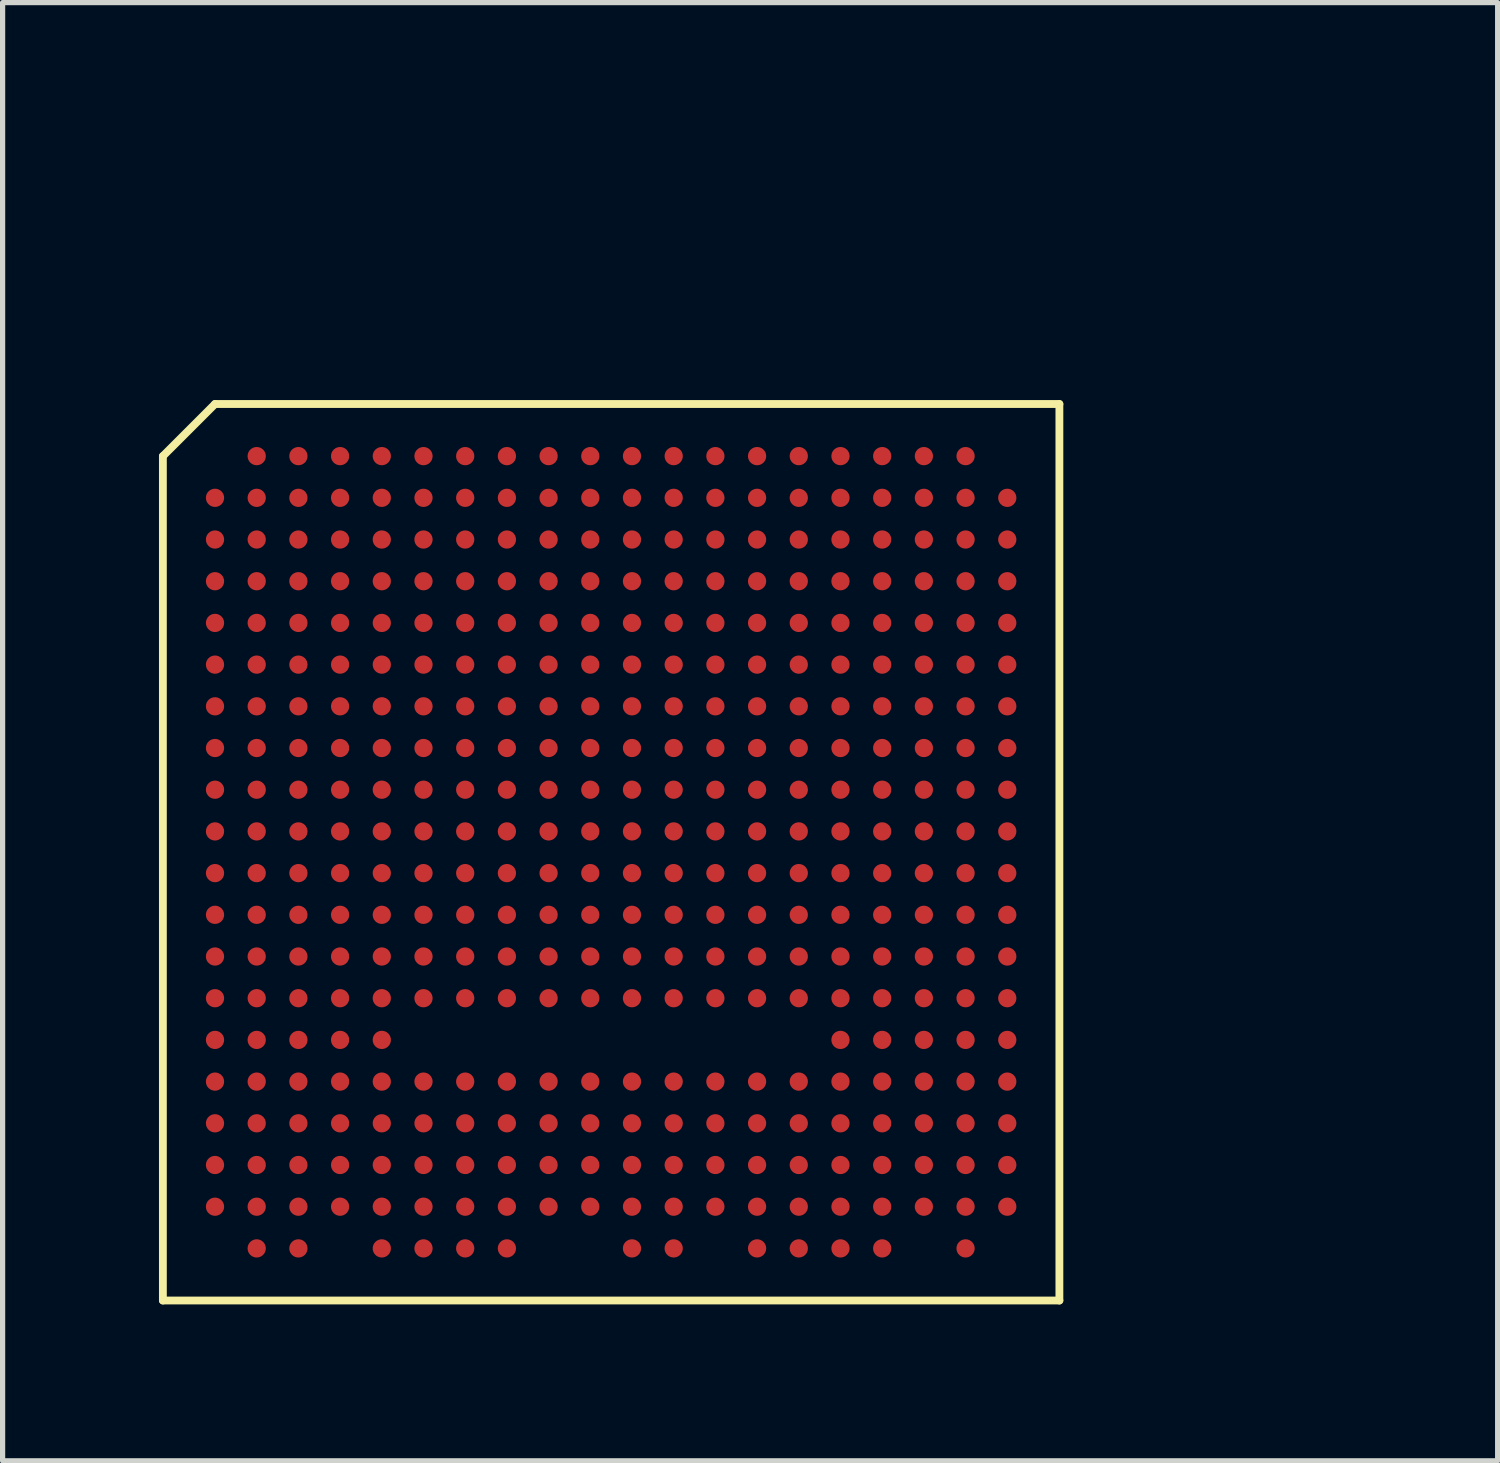
<source format=kicad_pcb>
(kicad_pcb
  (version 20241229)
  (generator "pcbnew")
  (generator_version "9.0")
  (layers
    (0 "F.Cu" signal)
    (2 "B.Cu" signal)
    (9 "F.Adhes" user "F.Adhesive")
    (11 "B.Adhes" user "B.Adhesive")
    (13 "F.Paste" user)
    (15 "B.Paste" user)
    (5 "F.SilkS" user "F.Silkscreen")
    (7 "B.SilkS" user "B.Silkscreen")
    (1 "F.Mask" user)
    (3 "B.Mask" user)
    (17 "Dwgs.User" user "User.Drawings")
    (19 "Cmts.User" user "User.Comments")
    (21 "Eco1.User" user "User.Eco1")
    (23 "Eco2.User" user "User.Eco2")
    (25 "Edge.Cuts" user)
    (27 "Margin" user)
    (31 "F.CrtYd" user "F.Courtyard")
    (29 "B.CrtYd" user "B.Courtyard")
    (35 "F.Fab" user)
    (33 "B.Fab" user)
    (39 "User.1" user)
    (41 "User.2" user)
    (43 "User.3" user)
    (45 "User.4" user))
  (footprint "caBGA_381_17x17"
    (layer "F.Cu")
    (at 8.675 13.301)
    (property "Reference" "caBGA_381_17x17" (at 0 -13.3 0) (layer "F.SilkS") (effects (font (size 0.001 0.001) (thickness 0.15))))
    (attr through_hole)
    (fp_line (start -8.6 8.6) (end -8.6 -7.6) (stroke (width 0.15) (type solid)) (layer "F.SilkS"))
    (fp_line (start -7.6 -8.6) (end -8.6 -7.6) (stroke (width 0.15) (type solid)) (layer "F.SilkS"))
    (fp_line (start -7.6 -8.6) (end 8.6 -8.6) (stroke (width 0.15) (type solid)) (layer "F.SilkS"))
    (fp_line (start 8.6 -8.6) (end 8.6 8.6) (stroke (width 0.15) (type solid)) (layer "F.SilkS"))
    (fp_line (start 8.6 8.6) (end -8.6 8.6) (stroke (width 0.15) (type solid)) (layer "F.SilkS"))
    (fp_text user "Square (0.12 x 0.33)" (at 14 -2.6 0) (layer "Cmts.User") (effects (font (size 0.001 0.001) (thickness 0.15))))
    (fp_text user "Circle (Dia 0.23)" (at 6.4 -8.2 0) (layer "Cmts.User") (effects (font (size 0.001 0.001) (thickness 0.15))))
    (pad "A2" smd circle (at -6.8 -7.6 90) (size 0.35 0.35) (layers "F.Cu" "F.Mask" "F.Paste"))
    (pad "A3" smd circle (at -6 -7.6 90) (size 0.35 0.35) (layers "F.Cu" "F.Mask" "F.Paste"))
    (pad "A4" smd circle (at -5.2 -7.6 90) (size 0.35 0.35) (layers "F.Cu" "F.Mask" "F.Paste"))
    (pad "A5" smd circle (at -4.4 -7.6 90) (size 0.35 0.35) (layers "F.Cu" "F.Mask" "F.Paste"))
    (pad "A6" smd circle (at -3.6 -7.6 90) (size 0.35 0.35) (layers "F.Cu" "F.Mask" "F.Paste"))
    (pad "A7" smd circle (at -2.8 -7.6 90) (size 0.35 0.35) (layers "F.Cu" "F.Mask" "F.Paste"))
    (pad "A8" smd circle (at -2 -7.6 90) (size 0.35 0.35) (layers "F.Cu" "F.Mask" "F.Paste"))
    (pad "A9" smd circle (at -1.2 -7.6 90) (size 0.35 0.35) (layers "F.Cu" "F.Mask" "F.Paste"))
    (pad "A10" smd circle (at -0.4 -7.6 90) (size 0.35 0.35) (layers "F.Cu" "F.Mask" "F.Paste"))
    (pad "A11" smd circle (at 0.4 -7.6 90) (size 0.35 0.35) (layers "F.Cu" "F.Mask" "F.Paste"))
    (pad "A12" smd circle (at 1.2 -7.6 90) (size 0.35 0.35) (layers "F.Cu" "F.Mask" "F.Paste"))
    (pad "A13" smd circle (at 2 -7.6 90) (size 0.35 0.35) (layers "F.Cu" "F.Mask" "F.Paste"))
    (pad "A14" smd circle (at 2.8 -7.6 90) (size 0.35 0.35) (layers "F.Cu" "F.Mask" "F.Paste"))
    (pad "A15" smd circle (at 3.6 -7.6 90) (size 0.35 0.35) (layers "F.Cu" "F.Mask" "F.Paste"))
    (pad "A16" smd circle (at 4.4 -7.6 90) (size 0.35 0.35) (layers "F.Cu" "F.Mask" "F.Paste"))
    (pad "A17" smd circle (at 5.2 -7.6 90) (size 0.35 0.35) (layers "F.Cu" "F.Mask" "F.Paste"))
    (pad "A18" smd circle (at 6 -7.6 90) (size 0.35 0.35) (layers "F.Cu" "F.Mask" "F.Paste"))
    (pad "A19" smd circle (at 6.8 -7.6 90) (size 0.35 0.35) (layers "F.Cu" "F.Mask" "F.Paste"))
    (pad "B1" smd circle (at -7.6 -6.8 90) (size 0.35 0.35) (layers "F.Cu" "F.Mask" "F.Paste"))
    (pad "B2" smd circle (at -6.8 -6.8 90) (size 0.35 0.35) (layers "F.Cu" "F.Mask" "F.Paste"))
    (pad "B3" smd circle (at -6 -6.8 90) (size 0.35 0.35) (layers "F.Cu" "F.Mask" "F.Paste"))
    (pad "B4" smd circle (at -5.2 -6.8 90) (size 0.35 0.35) (layers "F.Cu" "F.Mask" "F.Paste"))
    (pad "B5" smd circle (at -4.4 -6.8 90) (size 0.35 0.35) (layers "F.Cu" "F.Mask" "F.Paste"))
    (pad "B6" smd circle (at -3.6 -6.8 90) (size 0.35 0.35) (layers "F.Cu" "F.Mask" "F.Paste"))
    (pad "B7" smd circle (at -2.8 -6.8 90) (size 0.35 0.35) (layers "F.Cu" "F.Mask" "F.Paste"))
    (pad "B8" smd circle (at -2 -6.8 90) (size 0.35 0.35) (layers "F.Cu" "F.Mask" "F.Paste"))
    (pad "B9" smd circle (at -1.2 -6.8 90) (size 0.35 0.35) (layers "F.Cu" "F.Mask" "F.Paste"))
    (pad "B10" smd circle (at -0.4 -6.8 90) (size 0.35 0.35) (layers "F.Cu" "F.Mask" "F.Paste"))
    (pad "B11" smd circle (at 0.4 -6.8 90) (size 0.35 0.35) (layers "F.Cu" "F.Mask" "F.Paste"))
    (pad "B12" smd circle (at 1.2 -6.8 90) (size 0.35 0.35) (layers "F.Cu" "F.Mask" "F.Paste"))
    (pad "B13" smd circle (at 2 -6.8 90) (size 0.35 0.35) (layers "F.Cu" "F.Mask" "F.Paste"))
    (pad "B14" smd circle (at 2.8 -6.8 90) (size 0.35 0.35) (layers "F.Cu" "F.Mask" "F.Paste"))
    (pad "B15" smd circle (at 3.6 -6.8 90) (size 0.35 0.35) (layers "F.Cu" "F.Mask" "F.Paste"))
    (pad "B16" smd circle (at 4.4 -6.8 90) (size 0.35 0.35) (layers "F.Cu" "F.Mask" "F.Paste"))
    (pad "B17" smd circle (at 5.2 -6.8 90) (size 0.35 0.35) (layers "F.Cu" "F.Mask" "F.Paste"))
    (pad "B18" smd circle (at 6 -6.8 90) (size 0.35 0.35) (layers "F.Cu" "F.Mask" "F.Paste"))
    (pad "B19" smd circle (at 6.8 -6.8 90) (size 0.35 0.35) (layers "F.Cu" "F.Mask" "F.Paste"))
    (pad "B20" smd circle (at 7.6 -6.8 90) (size 0.35 0.35) (layers "F.Cu" "F.Mask" "F.Paste"))
    (pad "C1" smd circle (at -7.6 -6 90) (size 0.35 0.35) (layers "F.Cu" "F.Mask" "F.Paste"))
    (pad "C2" smd circle (at -6.8 -6 90) (size 0.35 0.35) (layers "F.Cu" "F.Mask" "F.Paste"))
    (pad "C3" smd circle (at -6 -6 90) (size 0.35 0.35) (layers "F.Cu" "F.Mask" "F.Paste"))
    (pad "C4" smd circle (at -5.2 -6 90) (size 0.35 0.35) (layers "F.Cu" "F.Mask" "F.Paste"))
    (pad "C5" smd circle (at -4.4 -6 90) (size 0.35 0.35) (layers "F.Cu" "F.Mask" "F.Paste"))
    (pad "C6" smd circle (at -3.6 -6 90) (size 0.35 0.35) (layers "F.Cu" "F.Mask" "F.Paste"))
    (pad "C7" smd circle (at -2.8 -6 90) (size 0.35 0.35) (layers "F.Cu" "F.Mask" "F.Paste"))
    (pad "C8" smd circle (at -2 -6 90) (size 0.35 0.35) (layers "F.Cu" "F.Mask" "F.Paste"))
    (pad "C9" smd circle (at -1.2 -6 90) (size 0.35 0.35) (layers "F.Cu" "F.Mask" "F.Paste"))
    (pad "C10" smd circle (at -0.4 -6 90) (size 0.35 0.35) (layers "F.Cu" "F.Mask" "F.Paste"))
    (pad "C11" smd circle (at 0.4 -6 90) (size 0.35 0.35) (layers "F.Cu" "F.Mask" "F.Paste"))
    (pad "C12" smd circle (at 1.2 -6 90) (size 0.35 0.35) (layers "F.Cu" "F.Mask" "F.Paste"))
    (pad "C13" smd circle (at 2 -6 90) (size 0.35 0.35) (layers "F.Cu" "F.Mask" "F.Paste"))
    (pad "C14" smd circle (at 2.8 -6 90) (size 0.35 0.35) (layers "F.Cu" "F.Mask" "F.Paste"))
    (pad "C15" smd circle (at 3.6 -6 90) (size 0.35 0.35) (layers "F.Cu" "F.Mask" "F.Paste"))
    (pad "C16" smd circle (at 4.4 -6 90) (size 0.35 0.35) (layers "F.Cu" "F.Mask" "F.Paste"))
    (pad "C17" smd circle (at 5.2 -6 90) (size 0.35 0.35) (layers "F.Cu" "F.Mask" "F.Paste"))
    (pad "C18" smd circle (at 6 -6 90) (size 0.35 0.35) (layers "F.Cu" "F.Mask" "F.Paste"))
    (pad "C19" smd circle (at 6.8 -6 90) (size 0.35 0.35) (layers "F.Cu" "F.Mask" "F.Paste"))
    (pad "C20" smd circle (at 7.6 -6 90) (size 0.35 0.35) (layers "F.Cu" "F.Mask" "F.Paste"))
    (pad "D1" smd circle (at -7.6 -5.2 90) (size 0.35 0.35) (layers "F.Cu" "F.Mask" "F.Paste"))
    (pad "D2" smd circle (at -6.8 -5.2 90) (size 0.35 0.35) (layers "F.Cu" "F.Mask" "F.Paste"))
    (pad "D3" smd circle (at -6 -5.2 90) (size 0.35 0.35) (layers "F.Cu" "F.Mask" "F.Paste"))
    (pad "D4" smd circle (at -5.2 -5.2 90) (size 0.35 0.35) (layers "F.Cu" "F.Mask" "F.Paste"))
    (pad "D5" smd circle (at -4.4 -5.2 90) (size 0.35 0.35) (layers "F.Cu" "F.Mask" "F.Paste"))
    (pad "D6" smd circle (at -3.6 -5.2 90) (size 0.35 0.35) (layers "F.Cu" "F.Mask" "F.Paste"))
    (pad "D7" smd circle (at -2.8 -5.2 90) (size 0.35 0.35) (layers "F.Cu" "F.Mask" "F.Paste"))
    (pad "D8" smd circle (at -2 -5.2 90) (size 0.35 0.35) (layers "F.Cu" "F.Mask" "F.Paste"))
    (pad "D9" smd circle (at -1.2 -5.2 90) (size 0.35 0.35) (layers "F.Cu" "F.Mask" "F.Paste"))
    (pad "D10" smd circle (at -0.4 -5.2 90) (size 0.35 0.35) (layers "F.Cu" "F.Mask" "F.Paste"))
    (pad "D11" smd circle (at 0.4 -5.2 90) (size 0.35 0.35) (layers "F.Cu" "F.Mask" "F.Paste"))
    (pad "D12" smd circle (at 1.2 -5.2 90) (size 0.35 0.35) (layers "F.Cu" "F.Mask" "F.Paste"))
    (pad "D13" smd circle (at 2 -5.2 90) (size 0.35 0.35) (layers "F.Cu" "F.Mask" "F.Paste"))
    (pad "D14" smd circle (at 2.8 -5.2 90) (size 0.35 0.35) (layers "F.Cu" "F.Mask" "F.Paste"))
    (pad "D15" smd circle (at 3.6 -5.2 90) (size 0.35 0.35) (layers "F.Cu" "F.Mask" "F.Paste"))
    (pad "D16" smd circle (at 4.4 -5.2 90) (size 0.35 0.35) (layers "F.Cu" "F.Mask" "F.Paste"))
    (pad "D17" smd circle (at 5.2 -5.2 90) (size 0.35 0.35) (layers "F.Cu" "F.Mask" "F.Paste"))
    (pad "D18" smd circle (at 6 -5.2 90) (size 0.35 0.35) (layers "F.Cu" "F.Mask" "F.Paste"))
    (pad "D19" smd circle (at 6.8 -5.2 90) (size 0.35 0.35) (layers "F.Cu" "F.Mask" "F.Paste"))
    (pad "D20" smd circle (at 7.6 -5.2 90) (size 0.35 0.35) (layers "F.Cu" "F.Mask" "F.Paste"))
    (pad "E1" smd circle (at -7.6 -4.4 90) (size 0.35 0.35) (layers "F.Cu" "F.Mask" "F.Paste"))
    (pad "E2" smd circle (at -6.8 -4.4 90) (size 0.35 0.35) (layers "F.Cu" "F.Mask" "F.Paste"))
    (pad "E3" smd circle (at -6 -4.4 90) (size 0.35 0.35) (layers "F.Cu" "F.Mask" "F.Paste"))
    (pad "E4" smd circle (at -5.2 -4.4 90) (size 0.35 0.35) (layers "F.Cu" "F.Mask" "F.Paste"))
    (pad "E5" smd circle (at -4.4 -4.4 90) (size 0.35 0.35) (layers "F.Cu" "F.Mask" "F.Paste"))
    (pad "E6" smd circle (at -3.6 -4.4 90) (size 0.35 0.35) (layers "F.Cu" "F.Mask" "F.Paste"))
    (pad "E7" smd circle (at -2.8 -4.4 90) (size 0.35 0.35) (layers "F.Cu" "F.Mask" "F.Paste"))
    (pad "E8" smd circle (at -2 -4.4 90) (size 0.35 0.35) (layers "F.Cu" "F.Mask" "F.Paste"))
    (pad "E9" smd circle (at -1.2 -4.4 90) (size 0.35 0.35) (layers "F.Cu" "F.Mask" "F.Paste"))
    (pad "E10" smd circle (at -0.4 -4.4 90) (size 0.35 0.35) (layers "F.Cu" "F.Mask" "F.Paste"))
    (pad "E11" smd circle (at 0.4 -4.4 90) (size 0.35 0.35) (layers "F.Cu" "F.Mask" "F.Paste"))
    (pad "E12" smd circle (at 1.2 -4.4 90) (size 0.35 0.35) (layers "F.Cu" "F.Mask" "F.Paste"))
    (pad "E13" smd circle (at 2 -4.4 90) (size 0.35 0.35) (layers "F.Cu" "F.Mask" "F.Paste"))
    (pad "E14" smd circle (at 2.8 -4.4 90) (size 0.35 0.35) (layers "F.Cu" "F.Mask" "F.Paste"))
    (pad "E15" smd circle (at 3.6 -4.4 90) (size 0.35 0.35) (layers "F.Cu" "F.Mask" "F.Paste"))
    (pad "E16" smd circle (at 4.4 -4.4 90) (size 0.35 0.35) (layers "F.Cu" "F.Mask" "F.Paste"))
    (pad "E17" smd circle (at 5.2 -4.4 90) (size 0.35 0.35) (layers "F.Cu" "F.Mask" "F.Paste"))
    (pad "E18" smd circle (at 6 -4.4 90) (size 0.35 0.35) (layers "F.Cu" "F.Mask" "F.Paste"))
    (pad "E19" smd circle (at 6.8 -4.4 90) (size 0.35 0.35) (layers "F.Cu" "F.Mask" "F.Paste"))
    (pad "E20" smd circle (at 7.6 -4.4 90) (size 0.35 0.35) (layers "F.Cu" "F.Mask" "F.Paste"))
    (pad "F1" smd circle (at -7.6 -3.6 90) (size 0.35 0.35) (layers "F.Cu" "F.Mask" "F.Paste"))
    (pad "F2" smd circle (at -6.8 -3.6 90) (size 0.35 0.35) (layers "F.Cu" "F.Mask" "F.Paste"))
    (pad "F3" smd circle (at -6 -3.6 90) (size 0.35 0.35) (layers "F.Cu" "F.Mask" "F.Paste"))
    (pad "F4" smd circle (at -5.2 -3.6 90) (size 0.35 0.35) (layers "F.Cu" "F.Mask" "F.Paste"))
    (pad "F5" smd circle (at -4.4 -3.6 90) (size 0.35 0.35) (layers "F.Cu" "F.Mask" "F.Paste"))
    (pad "F6" smd circle (at -3.6 -3.6 90) (size 0.35 0.35) (layers "F.Cu" "F.Mask" "F.Paste"))
    (pad "F7" smd circle (at -2.8 -3.6 90) (size 0.35 0.35) (layers "F.Cu" "F.Mask" "F.Paste"))
    (pad "F8" smd circle (at -2 -3.6 90) (size 0.35 0.35) (layers "F.Cu" "F.Mask" "F.Paste"))
    (pad "F9" smd circle (at -1.2 -3.6 90) (size 0.35 0.35) (layers "F.Cu" "F.Mask" "F.Paste"))
    (pad "F10" smd circle (at -0.4 -3.6 90) (size 0.35 0.35) (layers "F.Cu" "F.Mask" "F.Paste"))
    (pad "F11" smd circle (at 0.4 -3.6 90) (size 0.35 0.35) (layers "F.Cu" "F.Mask" "F.Paste"))
    (pad "F12" smd circle (at 1.2 -3.6 90) (size 0.35 0.35) (layers "F.Cu" "F.Mask" "F.Paste"))
    (pad "F13" smd circle (at 2 -3.6 90) (size 0.35 0.35) (layers "F.Cu" "F.Mask" "F.Paste"))
    (pad "F14" smd circle (at 2.8 -3.6 90) (size 0.35 0.35) (layers "F.Cu" "F.Mask" "F.Paste"))
    (pad "F15" smd circle (at 3.6 -3.6 90) (size 0.35 0.35) (layers "F.Cu" "F.Mask" "F.Paste"))
    (pad "F16" smd circle (at 4.4 -3.6 90) (size 0.35 0.35) (layers "F.Cu" "F.Mask" "F.Paste"))
    (pad "F17" smd circle (at 5.2 -3.6 90) (size 0.35 0.35) (layers "F.Cu" "F.Mask" "F.Paste"))
    (pad "F18" smd circle (at 6 -3.6 90) (size 0.35 0.35) (layers "F.Cu" "F.Mask" "F.Paste"))
    (pad "F19" smd circle (at 6.8 -3.6 90) (size 0.35 0.35) (layers "F.Cu" "F.Mask" "F.Paste"))
    (pad "F20" smd circle (at 7.6 -3.6 90) (size 0.35 0.35) (layers "F.Cu" "F.Mask" "F.Paste"))
    (pad "G1" smd circle (at -7.6 -2.8 90) (size 0.35 0.35) (layers "F.Cu" "F.Mask" "F.Paste"))
    (pad "G2" smd circle (at -6.8 -2.8 90) (size 0.35 0.35) (layers "F.Cu" "F.Mask" "F.Paste"))
    (pad "G3" smd circle (at -6 -2.8 90) (size 0.35 0.35) (layers "F.Cu" "F.Mask" "F.Paste"))
    (pad "G4" smd circle (at -5.2 -2.8 90) (size 0.35 0.35) (layers "F.Cu" "F.Mask" "F.Paste"))
    (pad "G5" smd circle (at -4.4 -2.8 90) (size 0.35 0.35) (layers "F.Cu" "F.Mask" "F.Paste"))
    (pad "G6" smd circle (at -3.6 -2.8 90) (size 0.35 0.35) (layers "F.Cu" "F.Mask" "F.Paste"))
    (pad "G7" smd circle (at -2.8 -2.8 90) (size 0.35 0.35) (layers "F.Cu" "F.Mask" "F.Paste"))
    (pad "G8" smd circle (at -2 -2.8 90) (size 0.35 0.35) (layers "F.Cu" "F.Mask" "F.Paste"))
    (pad "G9" smd circle (at -1.2 -2.8 90) (size 0.35 0.35) (layers "F.Cu" "F.Mask" "F.Paste"))
    (pad "G10" smd circle (at -0.4 -2.8 90) (size 0.35 0.35) (layers "F.Cu" "F.Mask" "F.Paste"))
    (pad "G11" smd circle (at 0.4 -2.8 90) (size 0.35 0.35) (layers "F.Cu" "F.Mask" "F.Paste"))
    (pad "G12" smd circle (at 1.2 -2.8 90) (size 0.35 0.35) (layers "F.Cu" "F.Mask" "F.Paste"))
    (pad "G13" smd circle (at 2 -2.8 90) (size 0.35 0.35) (layers "F.Cu" "F.Mask" "F.Paste"))
    (pad "G14" smd circle (at 2.8 -2.8 90) (size 0.35 0.35) (layers "F.Cu" "F.Mask" "F.Paste"))
    (pad "G15" smd circle (at 3.6 -2.8 90) (size 0.35 0.35) (layers "F.Cu" "F.Mask" "F.Paste"))
    (pad "G16" smd circle (at 4.4 -2.8 90) (size 0.35 0.35) (layers "F.Cu" "F.Mask" "F.Paste"))
    (pad "G17" smd circle (at 5.2 -2.8 90) (size 0.35 0.35) (layers "F.Cu" "F.Mask" "F.Paste"))
    (pad "G18" smd circle (at 6 -2.8 90) (size 0.35 0.35) (layers "F.Cu" "F.Mask" "F.Paste"))
    (pad "G19" smd circle (at 6.8 -2.8 90) (size 0.35 0.35) (layers "F.Cu" "F.Mask" "F.Paste"))
    (pad "G20" smd circle (at 7.6 -2.8 90) (size 0.35 0.35) (layers "F.Cu" "F.Mask" "F.Paste"))
    (pad "H1" smd circle (at -7.6 -2 90) (size 0.35 0.35) (layers "F.Cu" "F.Mask" "F.Paste"))
    (pad "H2" smd circle (at -6.8 -2 90) (size 0.35 0.35) (layers "F.Cu" "F.Mask" "F.Paste"))
    (pad "H3" smd circle (at -6 -2 90) (size 0.35 0.35) (layers "F.Cu" "F.Mask" "F.Paste"))
    (pad "H4" smd circle (at -5.2 -2 90) (size 0.35 0.35) (layers "F.Cu" "F.Mask" "F.Paste"))
    (pad "H5" smd circle (at -4.4 -2 90) (size 0.35 0.35) (layers "F.Cu" "F.Mask" "F.Paste"))
    (pad "H6" smd circle (at -3.6 -2 90) (size 0.35 0.35) (layers "F.Cu" "F.Mask" "F.Paste"))
    (pad "H7" smd circle (at -2.8 -2 90) (size 0.35 0.35) (layers "F.Cu" "F.Mask" "F.Paste"))
    (pad "H8" smd circle (at -2 -2 90) (size 0.35 0.35) (layers "F.Cu" "F.Mask" "F.Paste"))
    (pad "H9" smd circle (at -1.2 -2 90) (size 0.35 0.35) (layers "F.Cu" "F.Mask" "F.Paste"))
    (pad "H10" smd circle (at -0.4 -2 90) (size 0.35 0.35) (layers "F.Cu" "F.Mask" "F.Paste"))
    (pad "H11" smd circle (at 0.4 -2 90) (size 0.35 0.35) (layers "F.Cu" "F.Mask" "F.Paste"))
    (pad "H12" smd circle (at 1.2 -2 90) (size 0.35 0.35) (layers "F.Cu" "F.Mask" "F.Paste"))
    (pad "H13" smd circle (at 2 -2 90) (size 0.35 0.35) (layers "F.Cu" "F.Mask" "F.Paste"))
    (pad "H14" smd circle (at 2.8 -2 90) (size 0.35 0.35) (layers "F.Cu" "F.Mask" "F.Paste"))
    (pad "H15" smd circle (at 3.6 -2 90) (size 0.35 0.35) (layers "F.Cu" "F.Mask" "F.Paste"))
    (pad "H16" smd circle (at 4.4 -2 90) (size 0.35 0.35) (layers "F.Cu" "F.Mask" "F.Paste"))
    (pad "H17" smd circle (at 5.2 -2 90) (size 0.35 0.35) (layers "F.Cu" "F.Mask" "F.Paste"))
    (pad "H18" smd circle (at 6 -2 90) (size 0.35 0.35) (layers "F.Cu" "F.Mask" "F.Paste"))
    (pad "H19" smd circle (at 6.8 -2 90) (size 0.35 0.35) (layers "F.Cu" "F.Mask" "F.Paste"))
    (pad "H20" smd circle (at 7.6 -2 90) (size 0.35 0.35) (layers "F.Cu" "F.Mask" "F.Paste"))
    (pad "J1" smd circle (at -7.6 -1.2 90) (size 0.35 0.35) (layers "F.Cu" "F.Mask" "F.Paste"))
    (pad "J2" smd circle (at -6.8 -1.2 90) (size 0.35 0.35) (layers "F.Cu" "F.Mask" "F.Paste"))
    (pad "J3" smd circle (at -6 -1.2 90) (size 0.35 0.35) (layers "F.Cu" "F.Mask" "F.Paste"))
    (pad "J4" smd circle (at -5.2 -1.2 90) (size 0.35 0.35) (layers "F.Cu" "F.Mask" "F.Paste"))
    (pad "J5" smd circle (at -4.4 -1.2 90) (size 0.35 0.35) (layers "F.Cu" "F.Mask" "F.Paste"))
    (pad "J6" smd circle (at -3.6 -1.2 90) (size 0.35 0.35) (layers "F.Cu" "F.Mask" "F.Paste"))
    (pad "J7" smd circle (at -2.8 -1.2 90) (size 0.35 0.35) (layers "F.Cu" "F.Mask" "F.Paste"))
    (pad "J8" smd circle (at -2 -1.2 90) (size 0.35 0.35) (layers "F.Cu" "F.Mask" "F.Paste"))
    (pad "J9" smd circle (at -1.2 -1.2 90) (size 0.35 0.35) (layers "F.Cu" "F.Mask" "F.Paste"))
    (pad "J10" smd circle (at -0.4 -1.2 90) (size 0.35 0.35) (layers "F.Cu" "F.Mask" "F.Paste"))
    (pad "J11" smd circle (at 0.4 -1.2 90) (size 0.35 0.35) (layers "F.Cu" "F.Mask" "F.Paste"))
    (pad "J12" smd circle (at 1.2 -1.2 90) (size 0.35 0.35) (layers "F.Cu" "F.Mask" "F.Paste"))
    (pad "J13" smd circle (at 2 -1.2 90) (size 0.35 0.35) (layers "F.Cu" "F.Mask" "F.Paste"))
    (pad "J14" smd circle (at 2.8 -1.2 90) (size 0.35 0.35) (layers "F.Cu" "F.Mask" "F.Paste"))
    (pad "J15" smd circle (at 3.6 -1.2 90) (size 0.35 0.35) (layers "F.Cu" "F.Mask" "F.Paste"))
    (pad "J16" smd circle (at 4.4 -1.2 90) (size 0.35 0.35) (layers "F.Cu" "F.Mask" "F.Paste"))
    (pad "J17" smd circle (at 5.2 -1.2 90) (size 0.35 0.35) (layers "F.Cu" "F.Mask" "F.Paste"))
    (pad "J18" smd circle (at 6 -1.2 90) (size 0.35 0.35) (layers "F.Cu" "F.Mask" "F.Paste"))
    (pad "J19" smd circle (at 6.8 -1.2 90) (size 0.35 0.35) (layers "F.Cu" "F.Mask" "F.Paste"))
    (pad "J20" smd circle (at 7.6 -1.2 90) (size 0.35 0.35) (layers "F.Cu" "F.Mask" "F.Paste"))
    (pad "K1" smd circle (at -7.6 -0.4 90) (size 0.35 0.35) (layers "F.Cu" "F.Mask" "F.Paste"))
    (pad "K2" smd circle (at -6.8 -0.4 90) (size 0.35 0.35) (layers "F.Cu" "F.Mask" "F.Paste"))
    (pad "K3" smd circle (at -6 -0.4 90) (size 0.35 0.35) (layers "F.Cu" "F.Mask" "F.Paste"))
    (pad "K4" smd circle (at -5.2 -0.4 90) (size 0.35 0.35) (layers "F.Cu" "F.Mask" "F.Paste"))
    (pad "K5" smd circle (at -4.4 -0.4 90) (size 0.35 0.35) (layers "F.Cu" "F.Mask" "F.Paste"))
    (pad "K6" smd circle (at -3.6 -0.4 90) (size 0.35 0.35) (layers "F.Cu" "F.Mask" "F.Paste"))
    (pad "K7" smd circle (at -2.8 -0.4 90) (size 0.35 0.35) (layers "F.Cu" "F.Mask" "F.Paste"))
    (pad "K8" smd circle (at -2 -0.4 90) (size 0.35 0.35) (layers "F.Cu" "F.Mask" "F.Paste"))
    (pad "K9" smd circle (at -1.2 -0.4 90) (size 0.35 0.35) (layers "F.Cu" "F.Mask" "F.Paste"))
    (pad "K10" smd circle (at -0.4 -0.4 90) (size 0.35 0.35) (layers "F.Cu" "F.Mask" "F.Paste"))
    (pad "K11" smd circle (at 0.4 -0.4 90) (size 0.35 0.35) (layers "F.Cu" "F.Mask" "F.Paste"))
    (pad "K12" smd circle (at 1.2 -0.4 90) (size 0.35 0.35) (layers "F.Cu" "F.Mask" "F.Paste"))
    (pad "K13" smd circle (at 2 -0.4 90) (size 0.35 0.35) (layers "F.Cu" "F.Mask" "F.Paste"))
    (pad "K14" smd circle (at 2.8 -0.4 90) (size 0.35 0.35) (layers "F.Cu" "F.Mask" "F.Paste"))
    (pad "K15" smd circle (at 3.6 -0.4 90) (size 0.35 0.35) (layers "F.Cu" "F.Mask" "F.Paste"))
    (pad "K16" smd circle (at 4.4 -0.4 90) (size 0.35 0.35) (layers "F.Cu" "F.Mask" "F.Paste"))
    (pad "K17" smd circle (at 5.2 -0.4 90) (size 0.35 0.35) (layers "F.Cu" "F.Mask" "F.Paste"))
    (pad "K18" smd circle (at 6 -0.4 90) (size 0.35 0.35) (layers "F.Cu" "F.Mask" "F.Paste"))
    (pad "K19" smd circle (at 6.8 -0.4 90) (size 0.35 0.35) (layers "F.Cu" "F.Mask" "F.Paste"))
    (pad "K20" smd circle (at 7.6 -0.4 90) (size 0.35 0.35) (layers "F.Cu" "F.Mask" "F.Paste"))
    (pad "L1" smd circle (at -7.6 0.4 90) (size 0.35 0.35) (layers "F.Cu" "F.Mask" "F.Paste"))
    (pad "L2" smd circle (at -6.8 0.4 90) (size 0.35 0.35) (layers "F.Cu" "F.Mask" "F.Paste"))
    (pad "L3" smd circle (at -6 0.4 90) (size 0.35 0.35) (layers "F.Cu" "F.Mask" "F.Paste"))
    (pad "L4" smd circle (at -5.2 0.4 90) (size 0.35 0.35) (layers "F.Cu" "F.Mask" "F.Paste"))
    (pad "L5" smd circle (at -4.4 0.4 90) (size 0.35 0.35) (layers "F.Cu" "F.Mask" "F.Paste"))
    (pad "L6" smd circle (at -3.6 0.4 90) (size 0.35 0.35) (layers "F.Cu" "F.Mask" "F.Paste"))
    (pad "L7" smd circle (at -2.8 0.4 90) (size 0.35 0.35) (layers "F.Cu" "F.Mask" "F.Paste"))
    (pad "L8" smd circle (at -2 0.4 90) (size 0.35 0.35) (layers "F.Cu" "F.Mask" "F.Paste"))
    (pad "L9" smd circle (at -1.2 0.4 90) (size 0.35 0.35) (layers "F.Cu" "F.Mask" "F.Paste"))
    (pad "L10" smd circle (at -0.4 0.4 90) (size 0.35 0.35) (layers "F.Cu" "F.Mask" "F.Paste"))
    (pad "L11" smd circle (at 0.4 0.4 90) (size 0.35 0.35) (layers "F.Cu" "F.Mask" "F.Paste"))
    (pad "L12" smd circle (at 1.2 0.4 90) (size 0.35 0.35) (layers "F.Cu" "F.Mask" "F.Paste"))
    (pad "L13" smd circle (at 2 0.4 90) (size 0.35 0.35) (layers "F.Cu" "F.Mask" "F.Paste"))
    (pad "L14" smd circle (at 2.8 0.4 90) (size 0.35 0.35) (layers "F.Cu" "F.Mask" "F.Paste"))
    (pad "L15" smd circle (at 3.6 0.4 90) (size 0.35 0.35) (layers "F.Cu" "F.Mask" "F.Paste"))
    (pad "L16" smd circle (at 4.4 0.4 90) (size 0.35 0.35) (layers "F.Cu" "F.Mask" "F.Paste"))
    (pad "L17" smd circle (at 5.2 0.4 90) (size 0.35 0.35) (layers "F.Cu" "F.Mask" "F.Paste"))
    (pad "L18" smd circle (at 6 0.4 90) (size 0.35 0.35) (layers "F.Cu" "F.Mask" "F.Paste"))
    (pad "L19" smd circle (at 6.8 0.4 90) (size 0.35 0.35) (layers "F.Cu" "F.Mask" "F.Paste"))
    (pad "L20" smd circle (at 7.6 0.4 90) (size 0.35 0.35) (layers "F.Cu" "F.Mask" "F.Paste"))
    (pad "M1" smd circle (at -7.6 1.2 90) (size 0.35 0.35) (layers "F.Cu" "F.Mask" "F.Paste"))
    (pad "M2" smd circle (at -6.8 1.2 90) (size 0.35 0.35) (layers "F.Cu" "F.Mask" "F.Paste"))
    (pad "M3" smd circle (at -6 1.2 90) (size 0.35 0.35) (layers "F.Cu" "F.Mask" "F.Paste"))
    (pad "M4" smd circle (at -5.2 1.2 90) (size 0.35 0.35) (layers "F.Cu" "F.Mask" "F.Paste"))
    (pad "M5" smd circle (at -4.4 1.2 90) (size 0.35 0.35) (layers "F.Cu" "F.Mask" "F.Paste"))
    (pad "M6" smd circle (at -3.6 1.2 90) (size 0.35 0.35) (layers "F.Cu" "F.Mask" "F.Paste"))
    (pad "M7" smd circle (at -2.8 1.2 90) (size 0.35 0.35) (layers "F.Cu" "F.Mask" "F.Paste"))
    (pad "M8" smd circle (at -2 1.2 90) (size 0.35 0.35) (layers "F.Cu" "F.Mask" "F.Paste"))
    (pad "M9" smd circle (at -1.2 1.2 90) (size 0.35 0.35) (layers "F.Cu" "F.Mask" "F.Paste"))
    (pad "M10" smd circle (at -0.4 1.2 90) (size 0.35 0.35) (layers "F.Cu" "F.Mask" "F.Paste"))
    (pad "M11" smd circle (at 0.4 1.2 90) (size 0.35 0.35) (layers "F.Cu" "F.Mask" "F.Paste"))
    (pad "M12" smd circle (at 1.2 1.2 90) (size 0.35 0.35) (layers "F.Cu" "F.Mask" "F.Paste"))
    (pad "M13" smd circle (at 2 1.2 90) (size 0.35 0.35) (layers "F.Cu" "F.Mask" "F.Paste"))
    (pad "M14" smd circle (at 2.8 1.2 90) (size 0.35 0.35) (layers "F.Cu" "F.Mask" "F.Paste"))
    (pad "M15" smd circle (at 3.6 1.2 90) (size 0.35 0.35) (layers "F.Cu" "F.Mask" "F.Paste"))
    (pad "M16" smd circle (at 4.4 1.2 90) (size 0.35 0.35) (layers "F.Cu" "F.Mask" "F.Paste"))
    (pad "M17" smd circle (at 5.2 1.2 90) (size 0.35 0.35) (layers "F.Cu" "F.Mask" "F.Paste"))
    (pad "M18" smd circle (at 6 1.2 90) (size 0.35 0.35) (layers "F.Cu" "F.Mask" "F.Paste"))
    (pad "M19" smd circle (at 6.8 1.2 90) (size 0.35 0.35) (layers "F.Cu" "F.Mask" "F.Paste"))
    (pad "M20" smd circle (at 7.6 1.2 90) (size 0.35 0.35) (layers "F.Cu" "F.Mask" "F.Paste"))
    (pad "N1" smd circle (at -7.6 2 90) (size 0.35 0.35) (layers "F.Cu" "F.Mask" "F.Paste"))
    (pad "N2" smd circle (at -6.8 2 90) (size 0.35 0.35) (layers "F.Cu" "F.Mask" "F.Paste"))
    (pad "N3" smd circle (at -6 2 90) (size 0.35 0.35) (layers "F.Cu" "F.Mask" "F.Paste"))
    (pad "N4" smd circle (at -5.2 2 90) (size 0.35 0.35) (layers "F.Cu" "F.Mask" "F.Paste"))
    (pad "N5" smd circle (at -4.4 2 90) (size 0.35 0.35) (layers "F.Cu" "F.Mask" "F.Paste"))
    (pad "N6" smd circle (at -3.6 2 90) (size 0.35 0.35) (layers "F.Cu" "F.Mask" "F.Paste"))
    (pad "N7" smd circle (at -2.8 2 90) (size 0.35 0.35) (layers "F.Cu" "F.Mask" "F.Paste"))
    (pad "N8" smd circle (at -2 2 90) (size 0.35 0.35) (layers "F.Cu" "F.Mask" "F.Paste"))
    (pad "N9" smd circle (at -1.2 2 90) (size 0.35 0.35) (layers "F.Cu" "F.Mask" "F.Paste"))
    (pad "N10" smd circle (at -0.4 2 90) (size 0.35 0.35) (layers "F.Cu" "F.Mask" "F.Paste"))
    (pad "N11" smd circle (at 0.4 2 90) (size 0.35 0.35) (layers "F.Cu" "F.Mask" "F.Paste"))
    (pad "N12" smd circle (at 1.2 2 90) (size 0.35 0.35) (layers "F.Cu" "F.Mask" "F.Paste"))
    (pad "N13" smd circle (at 2 2 90) (size 0.35 0.35) (layers "F.Cu" "F.Mask" "F.Paste"))
    (pad "N14" smd circle (at 2.8 2 90) (size 0.35 0.35) (layers "F.Cu" "F.Mask" "F.Paste"))
    (pad "N15" smd circle (at 3.6 2 90) (size 0.35 0.35) (layers "F.Cu" "F.Mask" "F.Paste"))
    (pad "N16" smd circle (at 4.4 2 90) (size 0.35 0.35) (layers "F.Cu" "F.Mask" "F.Paste"))
    (pad "N17" smd circle (at 5.2 2 90) (size 0.35 0.35) (layers "F.Cu" "F.Mask" "F.Paste"))
    (pad "N18" smd circle (at 6 2 90) (size 0.35 0.35) (layers "F.Cu" "F.Mask" "F.Paste"))
    (pad "N19" smd circle (at 6.8 2 90) (size 0.35 0.35) (layers "F.Cu" "F.Mask" "F.Paste"))
    (pad "N20" smd circle (at 7.6 2 90) (size 0.35 0.35) (layers "F.Cu" "F.Mask" "F.Paste"))
    (pad "P1" smd circle (at -7.6 2.8 90) (size 0.35 0.35) (layers "F.Cu" "F.Mask" "F.Paste"))
    (pad "P2" smd circle (at -6.8 2.8 90) (size 0.35 0.35) (layers "F.Cu" "F.Mask" "F.Paste"))
    (pad "P3" smd circle (at -6 2.8 90) (size 0.35 0.35) (layers "F.Cu" "F.Mask" "F.Paste"))
    (pad "P4" smd circle (at -5.2 2.8 90) (size 0.35 0.35) (layers "F.Cu" "F.Mask" "F.Paste"))
    (pad "P5" smd circle (at -4.4 2.8 90) (size 0.35 0.35) (layers "F.Cu" "F.Mask" "F.Paste"))
    (pad "P6" smd circle (at -3.6 2.8 90) (size 0.35 0.35) (layers "F.Cu" "F.Mask" "F.Paste"))
    (pad "P7" smd circle (at -2.8 2.8 90) (size 0.35 0.35) (layers "F.Cu" "F.Mask" "F.Paste"))
    (pad "P8" smd circle (at -2 2.8 90) (size 0.35 0.35) (layers "F.Cu" "F.Mask" "F.Paste"))
    (pad "P9" smd circle (at -1.2 2.8 90) (size 0.35 0.35) (layers "F.Cu" "F.Mask" "F.Paste"))
    (pad "P10" smd circle (at -0.4 2.8 90) (size 0.35 0.35) (layers "F.Cu" "F.Mask" "F.Paste"))
    (pad "P11" smd circle (at 0.4 2.8 90) (size 0.35 0.35) (layers "F.Cu" "F.Mask" "F.Paste"))
    (pad "P12" smd circle (at 1.2 2.8 90) (size 0.35 0.35) (layers "F.Cu" "F.Mask" "F.Paste"))
    (pad "P13" smd circle (at 2 2.8 90) (size 0.35 0.35) (layers "F.Cu" "F.Mask" "F.Paste"))
    (pad "P14" smd circle (at 2.8 2.8 90) (size 0.35 0.35) (layers "F.Cu" "F.Mask" "F.Paste"))
    (pad "P15" smd circle (at 3.6 2.8 90) (size 0.35 0.35) (layers "F.Cu" "F.Mask" "F.Paste"))
    (pad "P16" smd circle (at 4.4 2.8 90) (size 0.35 0.35) (layers "F.Cu" "F.Mask" "F.Paste"))
    (pad "P17" smd circle (at 5.2 2.8 90) (size 0.35 0.35) (layers "F.Cu" "F.Mask" "F.Paste"))
    (pad "P18" smd circle (at 6 2.8 90) (size 0.35 0.35) (layers "F.Cu" "F.Mask" "F.Paste"))
    (pad "P19" smd circle (at 6.8 2.8 90) (size 0.35 0.35) (layers "F.Cu" "F.Mask" "F.Paste"))
    (pad "P20" smd circle (at 7.6 2.8 90) (size 0.35 0.35) (layers "F.Cu" "F.Mask" "F.Paste"))
    (pad "R1" smd circle (at -7.6 3.6 90) (size 0.35 0.35) (layers "F.Cu" "F.Mask" "F.Paste"))
    (pad "R2" smd circle (at -6.8 3.6 90) (size 0.35 0.35) (layers "F.Cu" "F.Mask" "F.Paste"))
    (pad "R3" smd circle (at -6 3.6 90) (size 0.35 0.35) (layers "F.Cu" "F.Mask" "F.Paste"))
    (pad "R4" smd circle (at -5.2 3.6 90) (size 0.35 0.35) (layers "F.Cu" "F.Mask" "F.Paste"))
    (pad "R5" smd circle (at -4.4 3.6 90) (size 0.35 0.35) (layers "F.Cu" "F.Mask" "F.Paste"))
    (pad "R16" smd circle (at 4.4 3.6 90) (size 0.35 0.35) (layers "F.Cu" "F.Mask" "F.Paste"))
    (pad "R17" smd circle (at 5.2 3.6 90) (size 0.35 0.35) (layers "F.Cu" "F.Mask" "F.Paste"))
    (pad "R18" smd circle (at 6 3.6 90) (size 0.35 0.35) (layers "F.Cu" "F.Mask" "F.Paste"))
    (pad "R19" smd circle (at 6.8 3.6 90) (size 0.35 0.35) (layers "F.Cu" "F.Mask" "F.Paste"))
    (pad "R20" smd circle (at 7.6 3.6 90) (size 0.35 0.35) (layers "F.Cu" "F.Mask" "F.Paste"))
    (pad "T1" smd circle (at -7.6 4.4 90) (size 0.35 0.35) (layers "F.Cu" "F.Mask" "F.Paste"))
    (pad "T2" smd circle (at -6.8 4.4 90) (size 0.35 0.35) (layers "F.Cu" "F.Mask" "F.Paste"))
    (pad "T3" smd circle (at -6 4.4 90) (size 0.35 0.35) (layers "F.Cu" "F.Mask" "F.Paste"))
    (pad "T4" smd circle (at -5.2 4.4 90) (size 0.35 0.35) (layers "F.Cu" "F.Mask" "F.Paste"))
    (pad "T5" smd circle (at -4.4 4.4 90) (size 0.35 0.35) (layers "F.Cu" "F.Mask" "F.Paste"))
    (pad "T6" smd circle (at -3.6 4.4 90) (size 0.35 0.35) (layers "F.Cu" "F.Mask" "F.Paste"))
    (pad "T7" smd circle (at -2.8 4.4 90) (size 0.35 0.35) (layers "F.Cu" "F.Mask" "F.Paste"))
    (pad "T8" smd circle (at -2 4.4 90) (size 0.35 0.35) (layers "F.Cu" "F.Mask" "F.Paste"))
    (pad "T9" smd circle (at -1.2 4.4 90) (size 0.35 0.35) (layers "F.Cu" "F.Mask" "F.Paste"))
    (pad "T10" smd circle (at -0.4 4.4 90) (size 0.35 0.35) (layers "F.Cu" "F.Mask" "F.Paste"))
    (pad "T11" smd circle (at 0.4 4.4 90) (size 0.35 0.35) (layers "F.Cu" "F.Mask" "F.Paste"))
    (pad "T12" smd circle (at 1.2 4.4 90) (size 0.35 0.35) (layers "F.Cu" "F.Mask" "F.Paste"))
    (pad "T13" smd circle (at 2 4.4 90) (size 0.35 0.35) (layers "F.Cu" "F.Mask" "F.Paste"))
    (pad "T14" smd circle (at 2.8 4.4 90) (size 0.35 0.35) (layers "F.Cu" "F.Mask" "F.Paste"))
    (pad "T15" smd circle (at 3.6 4.4 90) (size 0.35 0.35) (layers "F.Cu" "F.Mask" "F.Paste"))
    (pad "T16" smd circle (at 4.4 4.4 90) (size 0.35 0.35) (layers "F.Cu" "F.Mask" "F.Paste"))
    (pad "T17" smd circle (at 5.2 4.4 90) (size 0.35 0.35) (layers "F.Cu" "F.Mask" "F.Paste"))
    (pad "T18" smd circle (at 6 4.4 90) (size 0.35 0.35) (layers "F.Cu" "F.Mask" "F.Paste"))
    (pad "T19" smd circle (at 6.8 4.4 90) (size 0.35 0.35) (layers "F.Cu" "F.Mask" "F.Paste"))
    (pad "T20" smd circle (at 7.6 4.4 90) (size 0.35 0.35) (layers "F.Cu" "F.Mask" "F.Paste"))
    (pad "U1" smd circle (at -7.6 5.2 90) (size 0.35 0.35) (layers "F.Cu" "F.Mask" "F.Paste"))
    (pad "U2" smd circle (at -6.8 5.2 90) (size 0.35 0.35) (layers "F.Cu" "F.Mask" "F.Paste"))
    (pad "U3" smd circle (at -6 5.2 90) (size 0.35 0.35) (layers "F.Cu" "F.Mask" "F.Paste"))
    (pad "U4" smd circle (at -5.2 5.2 90) (size 0.35 0.35) (layers "F.Cu" "F.Mask" "F.Paste"))
    (pad "U5" smd circle (at -4.4 5.2 90) (size 0.35 0.35) (layers "F.Cu" "F.Mask" "F.Paste"))
    (pad "U6" smd circle (at -3.6 5.2 90) (size 0.35 0.35) (layers "F.Cu" "F.Mask" "F.Paste"))
    (pad "U7" smd circle (at -2.8 5.2 90) (size 0.35 0.35) (layers "F.Cu" "F.Mask" "F.Paste"))
    (pad "U8" smd circle (at -2 5.2 90) (size 0.35 0.35) (layers "F.Cu" "F.Mask" "F.Paste"))
    (pad "U9" smd circle (at -1.2 5.2 90) (size 0.35 0.35) (layers "F.Cu" "F.Mask" "F.Paste"))
    (pad "U10" smd circle (at -0.4 5.2 90) (size 0.35 0.35) (layers "F.Cu" "F.Mask" "F.Paste"))
    (pad "U11" smd circle (at 0.4 5.2 90) (size 0.35 0.35) (layers "F.Cu" "F.Mask" "F.Paste"))
    (pad "U12" smd circle (at 1.2 5.2 90) (size 0.35 0.35) (layers "F.Cu" "F.Mask" "F.Paste"))
    (pad "U13" smd circle (at 2 5.2 90) (size 0.35 0.35) (layers "F.Cu" "F.Mask" "F.Paste"))
    (pad "U14" smd circle (at 2.8 5.2 90) (size 0.35 0.35) (layers "F.Cu" "F.Mask" "F.Paste"))
    (pad "U15" smd circle (at 3.6 5.2 90) (size 0.35 0.35) (layers "F.Cu" "F.Mask" "F.Paste"))
    (pad "U16" smd circle (at 4.4 5.2 90) (size 0.35 0.35) (layers "F.Cu" "F.Mask" "F.Paste"))
    (pad "U17" smd circle (at 5.2 5.2 90) (size 0.35 0.35) (layers "F.Cu" "F.Mask" "F.Paste"))
    (pad "U18" smd circle (at 6 5.2 90) (size 0.35 0.35) (layers "F.Cu" "F.Mask" "F.Paste"))
    (pad "U19" smd circle (at 6.8 5.2 90) (size 0.35 0.35) (layers "F.Cu" "F.Mask" "F.Paste"))
    (pad "U20" smd circle (at 7.6 5.2 90) (size 0.35 0.35) (layers "F.Cu" "F.Mask" "F.Paste"))
    (pad "V1" smd circle (at -7.6 6 90) (size 0.35 0.35) (layers "F.Cu" "F.Mask" "F.Paste"))
    (pad "V2" smd circle (at -6.8 6 90) (size 0.35 0.35) (layers "F.Cu" "F.Mask" "F.Paste"))
    (pad "V3" smd circle (at -6 6 90) (size 0.35 0.35) (layers "F.Cu" "F.Mask" "F.Paste"))
    (pad "V4" smd circle (at -5.2 6 90) (size 0.35 0.35) (layers "F.Cu" "F.Mask" "F.Paste"))
    (pad "V5" smd circle (at -4.4 6 90) (size 0.35 0.35) (layers "F.Cu" "F.Mask" "F.Paste"))
    (pad "V6" smd circle (at -3.6 6 90) (size 0.35 0.35) (layers "F.Cu" "F.Mask" "F.Paste"))
    (pad "V7" smd circle (at -2.8 6 90) (size 0.35 0.35) (layers "F.Cu" "F.Mask" "F.Paste"))
    (pad "V8" smd circle (at -2 6 90) (size 0.35 0.35) (layers "F.Cu" "F.Mask" "F.Paste"))
    (pad "V9" smd circle (at -1.2 6 90) (size 0.35 0.35) (layers "F.Cu" "F.Mask" "F.Paste"))
    (pad "V10" smd circle (at -0.4 6 90) (size 0.35 0.35) (layers "F.Cu" "F.Mask" "F.Paste"))
    (pad "V11" smd circle (at 0.4 6 90) (size 0.35 0.35) (layers "F.Cu" "F.Mask" "F.Paste"))
    (pad "V12" smd circle (at 1.2 6 90) (size 0.35 0.35) (layers "F.Cu" "F.Mask" "F.Paste"))
    (pad "V13" smd circle (at 2 6 90) (size 0.35 0.35) (layers "F.Cu" "F.Mask" "F.Paste"))
    (pad "V14" smd circle (at 2.8 6 90) (size 0.35 0.35) (layers "F.Cu" "F.Mask" "F.Paste"))
    (pad "V15" smd circle (at 3.6 6 90) (size 0.35 0.35) (layers "F.Cu" "F.Mask" "F.Paste"))
    (pad "V16" smd circle (at 4.4 6 90) (size 0.35 0.35) (layers "F.Cu" "F.Mask" "F.Paste"))
    (pad "V17" smd circle (at 5.2 6 90) (size 0.35 0.35) (layers "F.Cu" "F.Mask" "F.Paste"))
    (pad "V18" smd circle (at 6 6 90) (size 0.35 0.35) (layers "F.Cu" "F.Mask" "F.Paste"))
    (pad "V19" smd circle (at 6.8 6 90) (size 0.35 0.35) (layers "F.Cu" "F.Mask" "F.Paste"))
    (pad "V20" smd circle (at 7.6 6 90) (size 0.35 0.35) (layers "F.Cu" "F.Mask" "F.Paste"))
    (pad "W1" smd circle (at -7.6 6.8 90) (size 0.35 0.35) (layers "F.Cu" "F.Mask" "F.Paste"))
    (pad "W2" smd circle (at -6.8 6.8 90) (size 0.35 0.35) (layers "F.Cu" "F.Mask" "F.Paste"))
    (pad "W3" smd circle (at -6 6.8 90) (size 0.35 0.35) (layers "F.Cu" "F.Mask" "F.Paste"))
    (pad "W4" smd circle (at -5.2 6.8 90) (size 0.35 0.35) (layers "F.Cu" "F.Mask" "F.Paste"))
    (pad "W5" smd circle (at -4.4 6.8 90) (size 0.35 0.35) (layers "F.Cu" "F.Mask" "F.Paste"))
    (pad "W6" smd circle (at -3.6 6.8 90) (size 0.35 0.35) (layers "F.Cu" "F.Mask" "F.Paste"))
    (pad "W7" smd circle (at -2.8 6.8 90) (size 0.35 0.35) (layers "F.Cu" "F.Mask" "F.Paste"))
    (pad "W8" smd circle (at -2 6.8 90) (size 0.35 0.35) (layers "F.Cu" "F.Mask" "F.Paste"))
    (pad "W9" smd circle (at -1.2 6.8 90) (size 0.35 0.35) (layers "F.Cu" "F.Mask" "F.Paste"))
    (pad "W10" smd circle (at -0.4 6.8 90) (size 0.35 0.35) (layers "F.Cu" "F.Mask" "F.Paste"))
    (pad "W11" smd circle (at 0.4 6.8 90) (size 0.35 0.35) (layers "F.Cu" "F.Mask" "F.Paste"))
    (pad "W12" smd circle (at 1.2 6.8 90) (size 0.35 0.35) (layers "F.Cu" "F.Mask" "F.Paste"))
    (pad "W13" smd circle (at 2 6.8 90) (size 0.35 0.35) (layers "F.Cu" "F.Mask" "F.Paste"))
    (pad "W14" smd circle (at 2.8 6.8 90) (size 0.35 0.35) (layers "F.Cu" "F.Mask" "F.Paste"))
    (pad "W15" smd circle (at 3.6 6.8 90) (size 0.35 0.35) (layers "F.Cu" "F.Mask" "F.Paste"))
    (pad "W16" smd circle (at 4.4 6.8 90) (size 0.35 0.35) (layers "F.Cu" "F.Mask" "F.Paste"))
    (pad "W17" smd circle (at 5.2 6.8 90) (size 0.35 0.35) (layers "F.Cu" "F.Mask" "F.Paste"))
    (pad "W18" smd circle (at 6 6.8 90) (size 0.35 0.35) (layers "F.Cu" "F.Mask" "F.Paste"))
    (pad "W19" smd circle (at 6.8 6.8 90) (size 0.35 0.35) (layers "F.Cu" "F.Mask" "F.Paste"))
    (pad "W20" smd circle (at 7.6 6.8 90) (size 0.35 0.35) (layers "F.Cu" "F.Mask" "F.Paste"))
    (pad "Y2" smd circle (at -6.8 7.6 90) (size 0.35 0.35) (layers "F.Cu" "F.Mask" "F.Paste"))
    (pad "Y3" smd circle (at -6 7.6 90) (size 0.35 0.35) (layers "F.Cu" "F.Mask" "F.Paste"))
    (pad "Y5" smd circle (at -4.4 7.6 90) (size 0.35 0.35) (layers "F.Cu" "F.Mask" "F.Paste"))
    (pad "Y6" smd circle (at -3.6 7.6 90) (size 0.35 0.35) (layers "F.Cu" "F.Mask" "F.Paste"))
    (pad "Y7" smd circle (at -2.8 7.6 90) (size 0.35 0.35) (layers "F.Cu" "F.Mask" "F.Paste"))
    (pad "Y8" smd circle (at -2 7.6 90) (size 0.35 0.35) (layers "F.Cu" "F.Mask" "F.Paste"))
    (pad "Y11" smd circle (at 0.4 7.6 90) (size 0.35 0.35) (layers "F.Cu" "F.Mask" "F.Paste"))
    (pad "Y12" smd circle (at 1.2 7.6 90) (size 0.35 0.35) (layers "F.Cu" "F.Mask" "F.Paste"))
    (pad "Y14" smd circle (at 2.8 7.6 90) (size 0.35 0.35) (layers "F.Cu" "F.Mask" "F.Paste"))
    (pad "Y15" smd circle (at 3.6 7.6 90) (size 0.35 0.35) (layers "F.Cu" "F.Mask" "F.Paste"))
    (pad "Y16" smd circle (at 4.4 7.6 90) (size 0.35 0.35) (layers "F.Cu" "F.Mask" "F.Paste"))
    (pad "Y17" smd circle (at 5.2 7.6 90) (size 0.35 0.35) (layers "F.Cu" "F.Mask" "F.Paste"))
    (pad "Y19" smd circle (at 6.8 7.6 90) (size 0.35 0.35) (layers "F.Cu" "F.Mask" "F.Paste")))
  (gr_rect
    (start -3 -3)
    (end 25.683 24.976)
    (stroke (width 0.1) (type default))
    (fill no)
    (layer "Edge.Cuts")))
</source>
